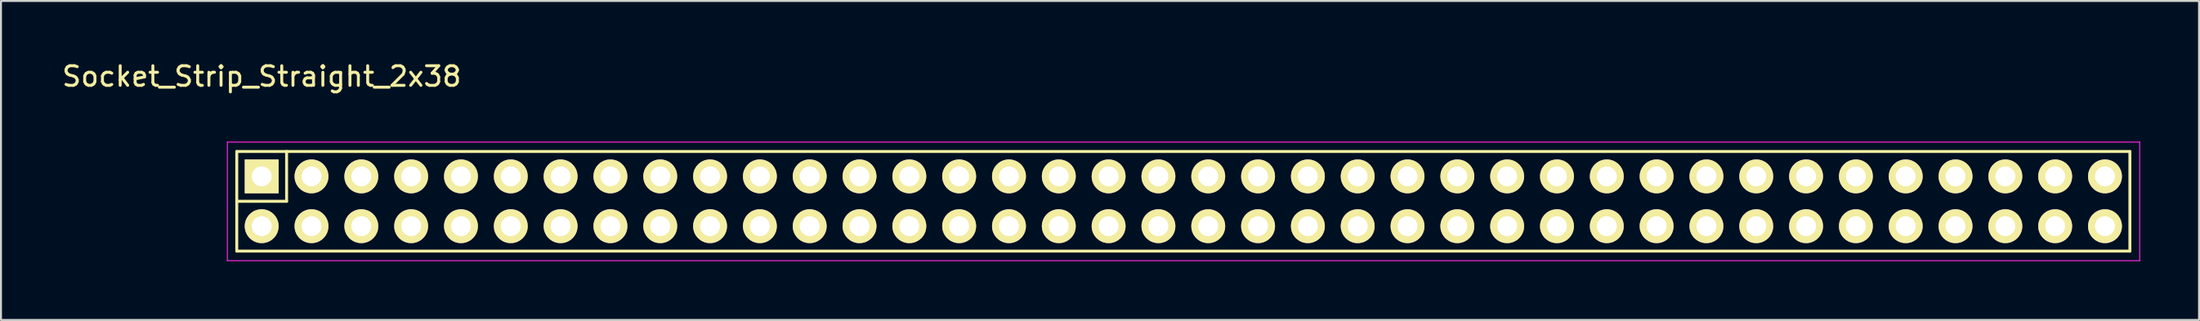
<source format=kicad_pcb>
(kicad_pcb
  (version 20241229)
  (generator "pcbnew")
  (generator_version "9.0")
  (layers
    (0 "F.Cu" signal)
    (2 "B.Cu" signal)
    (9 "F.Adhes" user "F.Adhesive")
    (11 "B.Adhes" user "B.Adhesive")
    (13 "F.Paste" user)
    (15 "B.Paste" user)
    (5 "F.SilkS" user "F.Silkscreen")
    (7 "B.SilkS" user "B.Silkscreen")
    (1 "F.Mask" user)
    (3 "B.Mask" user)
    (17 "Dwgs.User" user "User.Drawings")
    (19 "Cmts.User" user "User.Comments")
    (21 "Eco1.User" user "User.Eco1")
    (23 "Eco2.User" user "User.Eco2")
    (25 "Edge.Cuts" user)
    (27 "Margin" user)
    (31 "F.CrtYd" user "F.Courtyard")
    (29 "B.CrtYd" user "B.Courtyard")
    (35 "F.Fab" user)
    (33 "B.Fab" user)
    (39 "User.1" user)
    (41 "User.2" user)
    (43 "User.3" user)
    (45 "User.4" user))
  (footprint "Socket_Strip_Straight_2x38"
    (layer "F.Cu")
    (at 10.292 5.948)
    (property "Reference" "Socket_Strip_Straight_2x38" (at 0 -5.1 0) (layer "F.SilkS") (effects (font (size 1 1) (thickness 0.15))))
    (attr through_hole)
    (fp_line (start -1.27 -1.27) (end -1.27 1.27) (stroke (width 0.15) (type solid)) (layer "F.SilkS"))
    (fp_line (start -1.27 -1.27) (end 1.27 -1.27) (stroke (width 0.15) (type solid)) (layer "F.SilkS"))
    (fp_line (start -1.27 1.27) (end 1.27 1.27) (stroke (width 0.15) (type solid)) (layer "F.SilkS"))
    (fp_line (start -1.27 3.81) (end -1.27 1.27) (stroke (width 0.15) (type solid)) (layer "F.SilkS"))
    (fp_line (start -1.27 3.81) (end 95.25 3.81) (stroke (width 0.15) (type solid)) (layer "F.SilkS"))
    (fp_line (start 1.27 1.27) (end 1.27 -1.27) (stroke (width 0.15) (type solid)) (layer "F.SilkS"))
    (fp_line (start 95.25 -1.27) (end 1.27 -1.27) (stroke (width 0.15) (type solid)) (layer "F.SilkS"))
    (fp_line (start 95.25 3.81) (end 95.25 -1.27) (stroke (width 0.15) (type solid)) (layer "F.SilkS"))
    (fp_line (start -1.75 -1.75) (end -1.75 4.3) (stroke (width 0.05) (type solid)) (layer "F.CrtYd"))
    (fp_line (start -1.75 -1.75) (end 95.75 -1.75) (stroke (width 0.05) (type solid)) (layer "F.CrtYd"))
    (fp_line (start -1.75 4.3) (end 95.75 4.3) (stroke (width 0.05) (type solid)) (layer "F.CrtYd"))
    (fp_line (start 95.75 -1.75) (end 95.75 4.3) (stroke (width 0.05) (type solid)) (layer "F.CrtYd"))
    (pad "1" thru_hole rect (at 0 0) (size 1.727 1.727) (drill 1.016) (layers "*.Cu" "*.Mask" "F.SilkS"))
    (pad "2" thru_hole oval (at 0 2.54) (size 1.727 1.727) (drill 1.016) (layers "*.Cu" "*.Mask" "F.SilkS"))
    (pad "3" thru_hole oval (at 2.54 0) (size 1.727 1.727) (drill 1.016) (layers "*.Cu" "*.Mask" "F.SilkS"))
    (pad "4" thru_hole oval (at 2.54 2.54) (size 1.727 1.727) (drill 1.016) (layers "*.Cu" "*.Mask" "F.SilkS"))
    (pad "5" thru_hole oval (at 5.08 0) (size 1.727 1.727) (drill 1.016) (layers "*.Cu" "*.Mask" "F.SilkS"))
    (pad "6" thru_hole oval (at 5.08 2.54) (size 1.727 1.727) (drill 1.016) (layers "*.Cu" "*.Mask" "F.SilkS"))
    (pad "7" thru_hole oval (at 7.62 0) (size 1.727 1.727) (drill 1.016) (layers "*.Cu" "*.Mask" "F.SilkS"))
    (pad "8" thru_hole oval (at 7.62 2.54) (size 1.727 1.727) (drill 1.016) (layers "*.Cu" "*.Mask" "F.SilkS"))
    (pad "9" thru_hole oval (at 10.16 0) (size 1.727 1.727) (drill 1.016) (layers "*.Cu" "*.Mask" "F.SilkS"))
    (pad "10" thru_hole oval (at 10.16 2.54) (size 1.727 1.727) (drill 1.016) (layers "*.Cu" "*.Mask" "F.SilkS"))
    (pad "11" thru_hole oval (at 12.7 0) (size 1.727 1.727) (drill 1.016) (layers "*.Cu" "*.Mask" "F.SilkS"))
    (pad "12" thru_hole oval (at 12.7 2.54) (size 1.727 1.727) (drill 1.016) (layers "*.Cu" "*.Mask" "F.SilkS"))
    (pad "13" thru_hole oval (at 15.24 0) (size 1.727 1.727) (drill 1.016) (layers "*.Cu" "*.Mask" "F.SilkS"))
    (pad "14" thru_hole oval (at 15.24 2.54) (size 1.727 1.727) (drill 1.016) (layers "*.Cu" "*.Mask" "F.SilkS"))
    (pad "15" thru_hole oval (at 17.78 0) (size 1.727 1.727) (drill 1.016) (layers "*.Cu" "*.Mask" "F.SilkS"))
    (pad "16" thru_hole oval (at 17.78 2.54) (size 1.727 1.727) (drill 1.016) (layers "*.Cu" "*.Mask" "F.SilkS"))
    (pad "17" thru_hole oval (at 20.32 0) (size 1.727 1.727) (drill 1.016) (layers "*.Cu" "*.Mask" "F.SilkS"))
    (pad "18" thru_hole oval (at 20.32 2.54) (size 1.727 1.727) (drill 1.016) (layers "*.Cu" "*.Mask" "F.SilkS"))
    (pad "19" thru_hole oval (at 22.86 0) (size 1.727 1.727) (drill 1.016) (layers "*.Cu" "*.Mask" "F.SilkS"))
    (pad "20" thru_hole oval (at 22.86 2.54) (size 1.727 1.727) (drill 1.016) (layers "*.Cu" "*.Mask" "F.SilkS"))
    (pad "21" thru_hole oval (at 25.4 0) (size 1.727 1.727) (drill 1.016) (layers "*.Cu" "*.Mask" "F.SilkS"))
    (pad "22" thru_hole oval (at 25.4 2.54) (size 1.727 1.727) (drill 1.016) (layers "*.Cu" "*.Mask" "F.SilkS"))
    (pad "23" thru_hole oval (at 27.94 0) (size 1.727 1.727) (drill 1.016) (layers "*.Cu" "*.Mask" "F.SilkS"))
    (pad "24" thru_hole oval (at 27.94 2.54) (size 1.727 1.727) (drill 1.016) (layers "*.Cu" "*.Mask" "F.SilkS"))
    (pad "25" thru_hole oval (at 30.48 0) (size 1.727 1.727) (drill 1.016) (layers "*.Cu" "*.Mask" "F.SilkS"))
    (pad "26" thru_hole oval (at 30.48 2.54) (size 1.727 1.727) (drill 1.016) (layers "*.Cu" "*.Mask" "F.SilkS"))
    (pad "27" thru_hole oval (at 33.02 0) (size 1.727 1.727) (drill 1.016) (layers "*.Cu" "*.Mask" "F.SilkS"))
    (pad "28" thru_hole oval (at 33.02 2.54) (size 1.727 1.727) (drill 1.016) (layers "*.Cu" "*.Mask" "F.SilkS"))
    (pad "29" thru_hole oval (at 35.56 0) (size 1.727 1.727) (drill 1.016) (layers "*.Cu" "*.Mask" "F.SilkS"))
    (pad "30" thru_hole oval (at 35.56 2.54) (size 1.727 1.727) (drill 1.016) (layers "*.Cu" "*.Mask" "F.SilkS"))
    (pad "31" thru_hole oval (at 38.1 0) (size 1.727 1.727) (drill 1.016) (layers "*.Cu" "*.Mask" "F.SilkS"))
    (pad "32" thru_hole oval (at 38.1 2.54) (size 1.727 1.727) (drill 1.016) (layers "*.Cu" "*.Mask" "F.SilkS"))
    (pad "33" thru_hole oval (at 40.64 0) (size 1.727 1.727) (drill 1.016) (layers "*.Cu" "*.Mask" "F.SilkS"))
    (pad "34" thru_hole oval (at 40.64 2.54) (size 1.727 1.727) (drill 1.016) (layers "*.Cu" "*.Mask" "F.SilkS"))
    (pad "35" thru_hole oval (at 43.18 0) (size 1.727 1.727) (drill 1.016) (layers "*.Cu" "*.Mask" "F.SilkS"))
    (pad "36" thru_hole oval (at 43.18 2.54) (size 1.727 1.727) (drill 1.016) (layers "*.Cu" "*.Mask" "F.SilkS"))
    (pad "37" thru_hole oval (at 45.72 0) (size 1.727 1.727) (drill 1.016) (layers "*.Cu" "*.Mask" "F.SilkS"))
    (pad "38" thru_hole oval (at 45.72 2.54) (size 1.727 1.727) (drill 1.016) (layers "*.Cu" "*.Mask" "F.SilkS"))
    (pad "39" thru_hole oval (at 48.26 0) (size 1.727 1.727) (drill 1.016) (layers "*.Cu" "*.Mask" "F.SilkS"))
    (pad "40" thru_hole oval (at 48.26 2.54) (size 1.727 1.727) (drill 1.016) (layers "*.Cu" "*.Mask" "F.SilkS"))
    (pad "41" thru_hole oval (at 50.8 0) (size 1.727 1.727) (drill 1.016) (layers "*.Cu" "*.Mask" "F.SilkS"))
    (pad "42" thru_hole oval (at 50.8 2.54) (size 1.727 1.727) (drill 1.016) (layers "*.Cu" "*.Mask" "F.SilkS"))
    (pad "43" thru_hole oval (at 53.34 0) (size 1.727 1.727) (drill 1.016) (layers "*.Cu" "*.Mask" "F.SilkS"))
    (pad "44" thru_hole oval (at 53.34 2.54) (size 1.727 1.727) (drill 1.016) (layers "*.Cu" "*.Mask" "F.SilkS"))
    (pad "45" thru_hole oval (at 55.88 0) (size 1.727 1.727) (drill 1.016) (layers "*.Cu" "*.Mask" "F.SilkS"))
    (pad "46" thru_hole oval (at 55.88 2.54) (size 1.727 1.727) (drill 1.016) (layers "*.Cu" "*.Mask" "F.SilkS"))
    (pad "47" thru_hole oval (at 58.42 0) (size 1.727 1.727) (drill 1.016) (layers "*.Cu" "*.Mask" "F.SilkS"))
    (pad "48" thru_hole oval (at 58.42 2.54) (size 1.727 1.727) (drill 1.016) (layers "*.Cu" "*.Mask" "F.SilkS"))
    (pad "49" thru_hole oval (at 60.96 0) (size 1.727 1.727) (drill 1.016) (layers "*.Cu" "*.Mask" "F.SilkS"))
    (pad "50" thru_hole oval (at 60.96 2.54) (size 1.727 1.727) (drill 1.016) (layers "*.Cu" "*.Mask" "F.SilkS"))
    (pad "51" thru_hole oval (at 63.5 0) (size 1.727 1.727) (drill 1.016) (layers "*.Cu" "*.Mask" "F.SilkS"))
    (pad "52" thru_hole oval (at 63.5 2.54) (size 1.727 1.727) (drill 1.016) (layers "*.Cu" "*.Mask" "F.SilkS"))
    (pad "53" thru_hole oval (at 66.04 0) (size 1.727 1.727) (drill 1.016) (layers "*.Cu" "*.Mask" "F.SilkS"))
    (pad "54" thru_hole oval (at 66.04 2.54) (size 1.727 1.727) (drill 1.016) (layers "*.Cu" "*.Mask" "F.SilkS"))
    (pad "55" thru_hole oval (at 68.58 0) (size 1.727 1.727) (drill 1.016) (layers "*.Cu" "*.Mask" "F.SilkS"))
    (pad "56" thru_hole oval (at 68.58 2.54) (size 1.727 1.727) (drill 1.016) (layers "*.Cu" "*.Mask" "F.SilkS"))
    (pad "57" thru_hole oval (at 71.12 0) (size 1.727 1.727) (drill 1.016) (layers "*.Cu" "*.Mask" "F.SilkS"))
    (pad "58" thru_hole oval (at 71.12 2.54) (size 1.727 1.727) (drill 1.016) (layers "*.Cu" "*.Mask" "F.SilkS"))
    (pad "59" thru_hole oval (at 73.66 0) (size 1.727 1.727) (drill 1.016) (layers "*.Cu" "*.Mask" "F.SilkS"))
    (pad "60" thru_hole oval (at 73.66 2.54) (size 1.727 1.727) (drill 1.016) (layers "*.Cu" "*.Mask" "F.SilkS"))
    (pad "61" thru_hole oval (at 76.2 0) (size 1.727 1.727) (drill 1.016) (layers "*.Cu" "*.Mask" "F.SilkS"))
    (pad "62" thru_hole oval (at 76.2 2.54) (size 1.727 1.727) (drill 1.016) (layers "*.Cu" "*.Mask" "F.SilkS"))
    (pad "63" thru_hole oval (at 78.74 0) (size 1.727 1.727) (drill 1.016) (layers "*.Cu" "*.Mask" "F.SilkS"))
    (pad "64" thru_hole oval (at 78.74 2.54) (size 1.727 1.727) (drill 1.016) (layers "*.Cu" "*.Mask" "F.SilkS"))
    (pad "65" thru_hole oval (at 81.28 0) (size 1.727 1.727) (drill 1.016) (layers "*.Cu" "*.Mask" "F.SilkS"))
    (pad "66" thru_hole oval (at 81.28 2.54) (size 1.727 1.727) (drill 1.016) (layers "*.Cu" "*.Mask" "F.SilkS"))
    (pad "67" thru_hole oval (at 83.82 0) (size 1.727 1.727) (drill 1.016) (layers "*.Cu" "*.Mask" "F.SilkS"))
    (pad "68" thru_hole oval (at 83.82 2.54) (size 1.727 1.727) (drill 1.016) (layers "*.Cu" "*.Mask" "F.SilkS"))
    (pad "69" thru_hole oval (at 86.36 0) (size 1.727 1.727) (drill 1.016) (layers "*.Cu" "*.Mask" "F.SilkS"))
    (pad "70" thru_hole oval (at 86.36 2.54) (size 1.727 1.727) (drill 1.016) (layers "*.Cu" "*.Mask" "F.SilkS"))
    (pad "71" thru_hole oval (at 88.9 0) (size 1.727 1.727) (drill 1.016) (layers "*.Cu" "*.Mask" "F.SilkS"))
    (pad "72" thru_hole oval (at 88.9 2.54) (size 1.727 1.727) (drill 1.016) (layers "*.Cu" "*.Mask" "F.SilkS"))
    (pad "73" thru_hole oval (at 91.44 0) (size 1.727 1.727) (drill 1.016) (layers "*.Cu" "*.Mask" "F.SilkS"))
    (pad "74" thru_hole oval (at 91.44 2.54) (size 1.727 1.727) (drill 1.016) (layers "*.Cu" "*.Mask" "F.SilkS"))
    (pad "75" thru_hole oval (at 93.98 0) (size 1.727 1.727) (drill 1.016) (layers "*.Cu" "*.Mask" "F.SilkS"))
    (pad "76" thru_hole oval (at 93.98 2.54) (size 1.727 1.727) (drill 1.016) (layers "*.Cu" "*.Mask" "F.SilkS")))
  (gr_rect
    (start -3 -3)
    (end 109.067 13.273)
    (stroke (width 0.1) (type default))
    (fill no)
    (layer "Edge.Cuts")))
</source>
